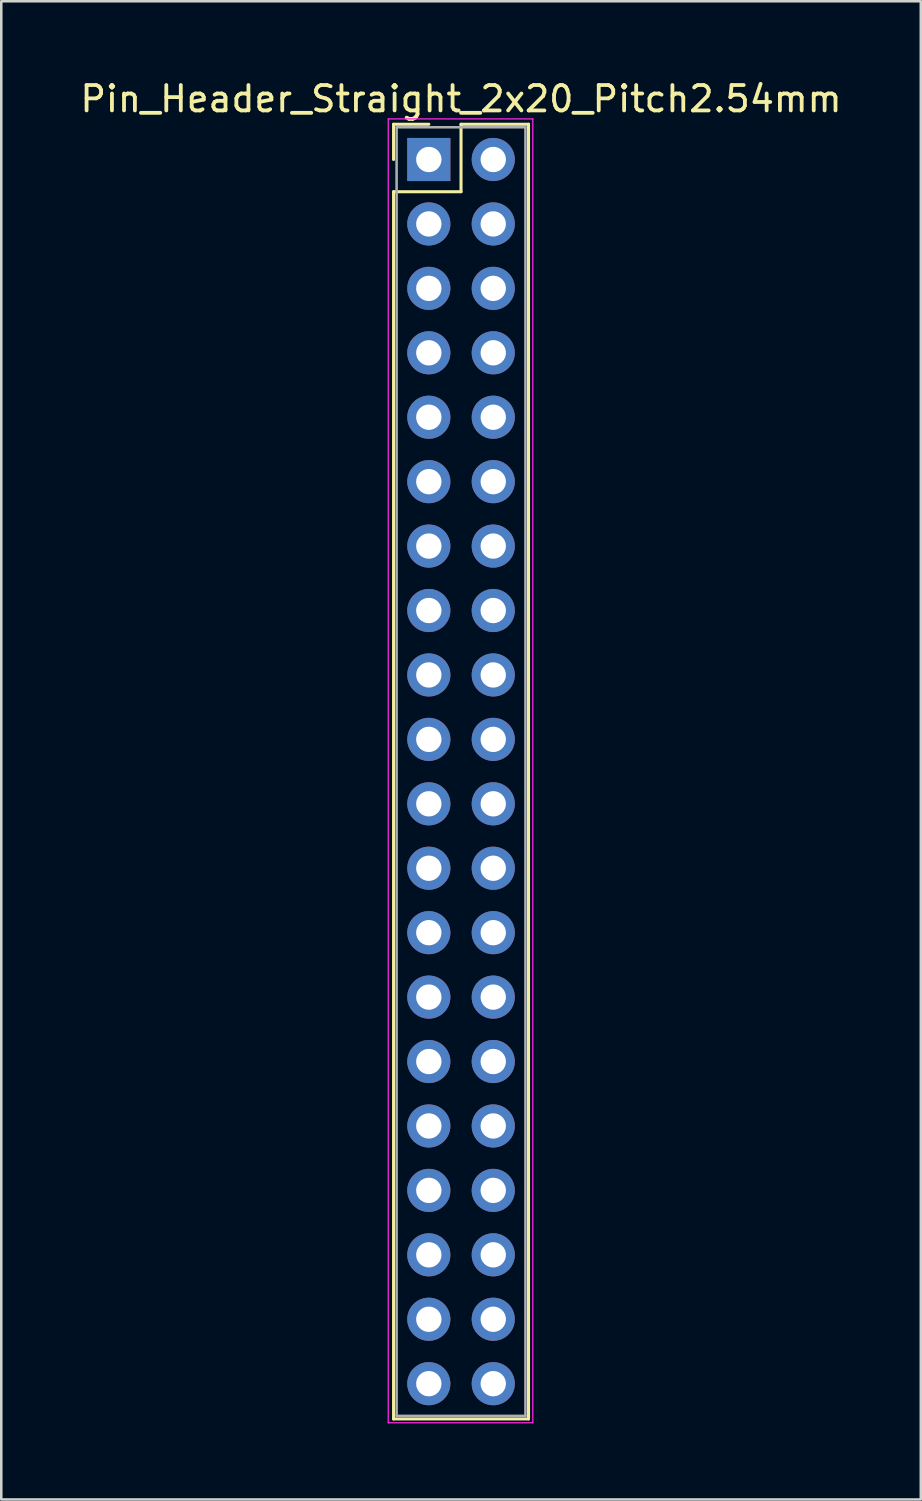
<source format=kicad_pcb>
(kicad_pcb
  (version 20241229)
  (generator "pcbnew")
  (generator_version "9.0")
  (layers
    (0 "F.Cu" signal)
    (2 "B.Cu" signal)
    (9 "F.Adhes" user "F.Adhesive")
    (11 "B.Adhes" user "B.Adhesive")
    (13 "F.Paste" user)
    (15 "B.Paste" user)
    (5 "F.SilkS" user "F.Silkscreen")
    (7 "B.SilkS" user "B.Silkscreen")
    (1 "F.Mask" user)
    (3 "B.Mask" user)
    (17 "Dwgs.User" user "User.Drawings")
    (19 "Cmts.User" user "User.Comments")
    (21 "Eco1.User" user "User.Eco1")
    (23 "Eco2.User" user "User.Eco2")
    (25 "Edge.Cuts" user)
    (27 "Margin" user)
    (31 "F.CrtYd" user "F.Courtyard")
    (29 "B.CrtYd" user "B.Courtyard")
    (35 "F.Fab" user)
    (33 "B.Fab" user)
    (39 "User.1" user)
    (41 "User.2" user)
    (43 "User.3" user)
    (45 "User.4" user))
  (footprint "Pin_Header_Straight_2x20_Pitch2.54mm"
    (layer "F.Cu")
    (at 13.855 3.238)
    (property "Reference" "Pin_Header_Straight_2x20_Pitch2.54mm" (at 1.27 -2.39 0) (layer "F.SilkS") (effects (font (size 1 1) (thickness 0.15))))
    (attr through_hole)
    (fp_line (start -1.39 -1.39) (end 0 -1.39) (stroke (width 0.12) (type solid)) (layer "F.SilkS"))
    (fp_line (start -1.39 0) (end -1.39 -1.39) (stroke (width 0.12) (type solid)) (layer "F.SilkS"))
    (fp_line (start -1.39 1.27) (end -1.39 49.65) (stroke (width 0.12) (type solid)) (layer "F.SilkS"))
    (fp_line (start -1.39 49.65) (end 3.93 49.65) (stroke (width 0.12) (type solid)) (layer "F.SilkS"))
    (fp_line (start 1.27 -1.39) (end 1.27 1.27) (stroke (width 0.12) (type solid)) (layer "F.SilkS"))
    (fp_line (start 1.27 1.27) (end -1.39 1.27) (stroke (width 0.12) (type solid)) (layer "F.SilkS"))
    (fp_line (start 3.93 -1.39) (end 1.27 -1.39) (stroke (width 0.12) (type solid)) (layer "F.SilkS"))
    (fp_line (start 3.93 49.65) (end 3.93 -1.39) (stroke (width 0.12) (type solid)) (layer "F.SilkS"))
    (fp_line (start -1.6 -1.6) (end -1.6 49.8) (stroke (width 0.05) (type solid)) (layer "F.CrtYd"))
    (fp_line (start -1.6 49.8) (end 4.1 49.8) (stroke (width 0.05) (type solid)) (layer "F.CrtYd"))
    (fp_line (start 4.1 -1.6) (end -1.6 -1.6) (stroke (width 0.05) (type solid)) (layer "F.CrtYd"))
    (fp_line (start 4.1 49.8) (end 4.1 -1.6) (stroke (width 0.05) (type solid)) (layer "F.CrtYd"))
    (fp_line (start -1.27 -1.27) (end -1.27 49.53) (stroke (width 0.1) (type solid)) (layer "F.Fab"))
    (fp_line (start -1.27 49.53) (end 3.81 49.53) (stroke (width 0.1) (type solid)) (layer "F.Fab"))
    (fp_line (start 3.81 -1.27) (end -1.27 -1.27) (stroke (width 0.1) (type solid)) (layer "F.Fab"))
    (fp_line (start 3.81 49.53) (end 3.81 -1.27) (stroke (width 0.1) (type solid)) (layer "F.Fab"))
    (pad "1" thru_hole rect (at 0 0) (size 1.7 1.7) (drill 1) (layers "*.Cu" "*.Mask"))
    (pad "2" thru_hole oval (at 2.54 0) (size 1.7 1.7) (drill 1) (layers "*.Cu" "*.Mask"))
    (pad "3" thru_hole oval (at 0 2.54) (size 1.7 1.7) (drill 1) (layers "*.Cu" "*.Mask"))
    (pad "4" thru_hole oval (at 2.54 2.54) (size 1.7 1.7) (drill 1) (layers "*.Cu" "*.Mask"))
    (pad "5" thru_hole oval (at 0 5.08) (size 1.7 1.7) (drill 1) (layers "*.Cu" "*.Mask"))
    (pad "6" thru_hole oval (at 2.54 5.08) (size 1.7 1.7) (drill 1) (layers "*.Cu" "*.Mask"))
    (pad "7" thru_hole oval (at 0 7.62) (size 1.7 1.7) (drill 1) (layers "*.Cu" "*.Mask"))
    (pad "8" thru_hole oval (at 2.54 7.62) (size 1.7 1.7) (drill 1) (layers "*.Cu" "*.Mask"))
    (pad "9" thru_hole oval (at 0 10.16) (size 1.7 1.7) (drill 1) (layers "*.Cu" "*.Mask"))
    (pad "10" thru_hole oval (at 2.54 10.16) (size 1.7 1.7) (drill 1) (layers "*.Cu" "*.Mask"))
    (pad "11" thru_hole oval (at 0 12.7) (size 1.7 1.7) (drill 1) (layers "*.Cu" "*.Mask"))
    (pad "12" thru_hole oval (at 2.54 12.7) (size 1.7 1.7) (drill 1) (layers "*.Cu" "*.Mask"))
    (pad "13" thru_hole oval (at 0 15.24) (size 1.7 1.7) (drill 1) (layers "*.Cu" "*.Mask"))
    (pad "14" thru_hole oval (at 2.54 15.24) (size 1.7 1.7) (drill 1) (layers "*.Cu" "*.Mask"))
    (pad "15" thru_hole oval (at 0 17.78) (size 1.7 1.7) (drill 1) (layers "*.Cu" "*.Mask"))
    (pad "16" thru_hole oval (at 2.54 17.78) (size 1.7 1.7) (drill 1) (layers "*.Cu" "*.Mask"))
    (pad "17" thru_hole oval (at 0 20.32) (size 1.7 1.7) (drill 1) (layers "*.Cu" "*.Mask"))
    (pad "18" thru_hole oval (at 2.54 20.32) (size 1.7 1.7) (drill 1) (layers "*.Cu" "*.Mask"))
    (pad "19" thru_hole oval (at 0 22.86) (size 1.7 1.7) (drill 1) (layers "*.Cu" "*.Mask"))
    (pad "20" thru_hole oval (at 2.54 22.86) (size 1.7 1.7) (drill 1) (layers "*.Cu" "*.Mask"))
    (pad "21" thru_hole oval (at 0 25.4) (size 1.7 1.7) (drill 1) (layers "*.Cu" "*.Mask"))
    (pad "22" thru_hole oval (at 2.54 25.4) (size 1.7 1.7) (drill 1) (layers "*.Cu" "*.Mask"))
    (pad "23" thru_hole oval (at 0 27.94) (size 1.7 1.7) (drill 1) (layers "*.Cu" "*.Mask"))
    (pad "24" thru_hole oval (at 2.54 27.94) (size 1.7 1.7) (drill 1) (layers "*.Cu" "*.Mask"))
    (pad "25" thru_hole oval (at 0 30.48) (size 1.7 1.7) (drill 1) (layers "*.Cu" "*.Mask"))
    (pad "26" thru_hole oval (at 2.54 30.48) (size 1.7 1.7) (drill 1) (layers "*.Cu" "*.Mask"))
    (pad "27" thru_hole oval (at 0 33.02) (size 1.7 1.7) (drill 1) (layers "*.Cu" "*.Mask"))
    (pad "28" thru_hole oval (at 2.54 33.02) (size 1.7 1.7) (drill 1) (layers "*.Cu" "*.Mask"))
    (pad "29" thru_hole oval (at 0 35.56) (size 1.7 1.7) (drill 1) (layers "*.Cu" "*.Mask"))
    (pad "30" thru_hole oval (at 2.54 35.56) (size 1.7 1.7) (drill 1) (layers "*.Cu" "*.Mask"))
    (pad "31" thru_hole oval (at 0 38.1) (size 1.7 1.7) (drill 1) (layers "*.Cu" "*.Mask"))
    (pad "32" thru_hole oval (at 2.54 38.1) (size 1.7 1.7) (drill 1) (layers "*.Cu" "*.Mask"))
    (pad "33" thru_hole oval (at 0 40.64) (size 1.7 1.7) (drill 1) (layers "*.Cu" "*.Mask"))
    (pad "34" thru_hole oval (at 2.54 40.64) (size 1.7 1.7) (drill 1) (layers "*.Cu" "*.Mask"))
    (pad "35" thru_hole oval (at 0 43.18) (size 1.7 1.7) (drill 1) (layers "*.Cu" "*.Mask"))
    (pad "36" thru_hole oval (at 2.54 43.18) (size 1.7 1.7) (drill 1) (layers "*.Cu" "*.Mask"))
    (pad "37" thru_hole oval (at 0 45.72) (size 1.7 1.7) (drill 1) (layers "*.Cu" "*.Mask"))
    (pad "38" thru_hole oval (at 2.54 45.72) (size 1.7 1.7) (drill 1) (layers "*.Cu" "*.Mask"))
    (pad "39" thru_hole oval (at 0 48.26) (size 1.7 1.7) (drill 1) (layers "*.Cu" "*.Mask"))
    (pad "40" thru_hole oval (at 2.54 48.26) (size 1.7 1.7) (drill 1) (layers "*.Cu" "*.Mask")))
  (gr_rect
    (start -3 -3)
    (end 33.25 56.063)
    (stroke (width 0.1) (type default))
    (fill no)
    (layer "Edge.Cuts")))
</source>
